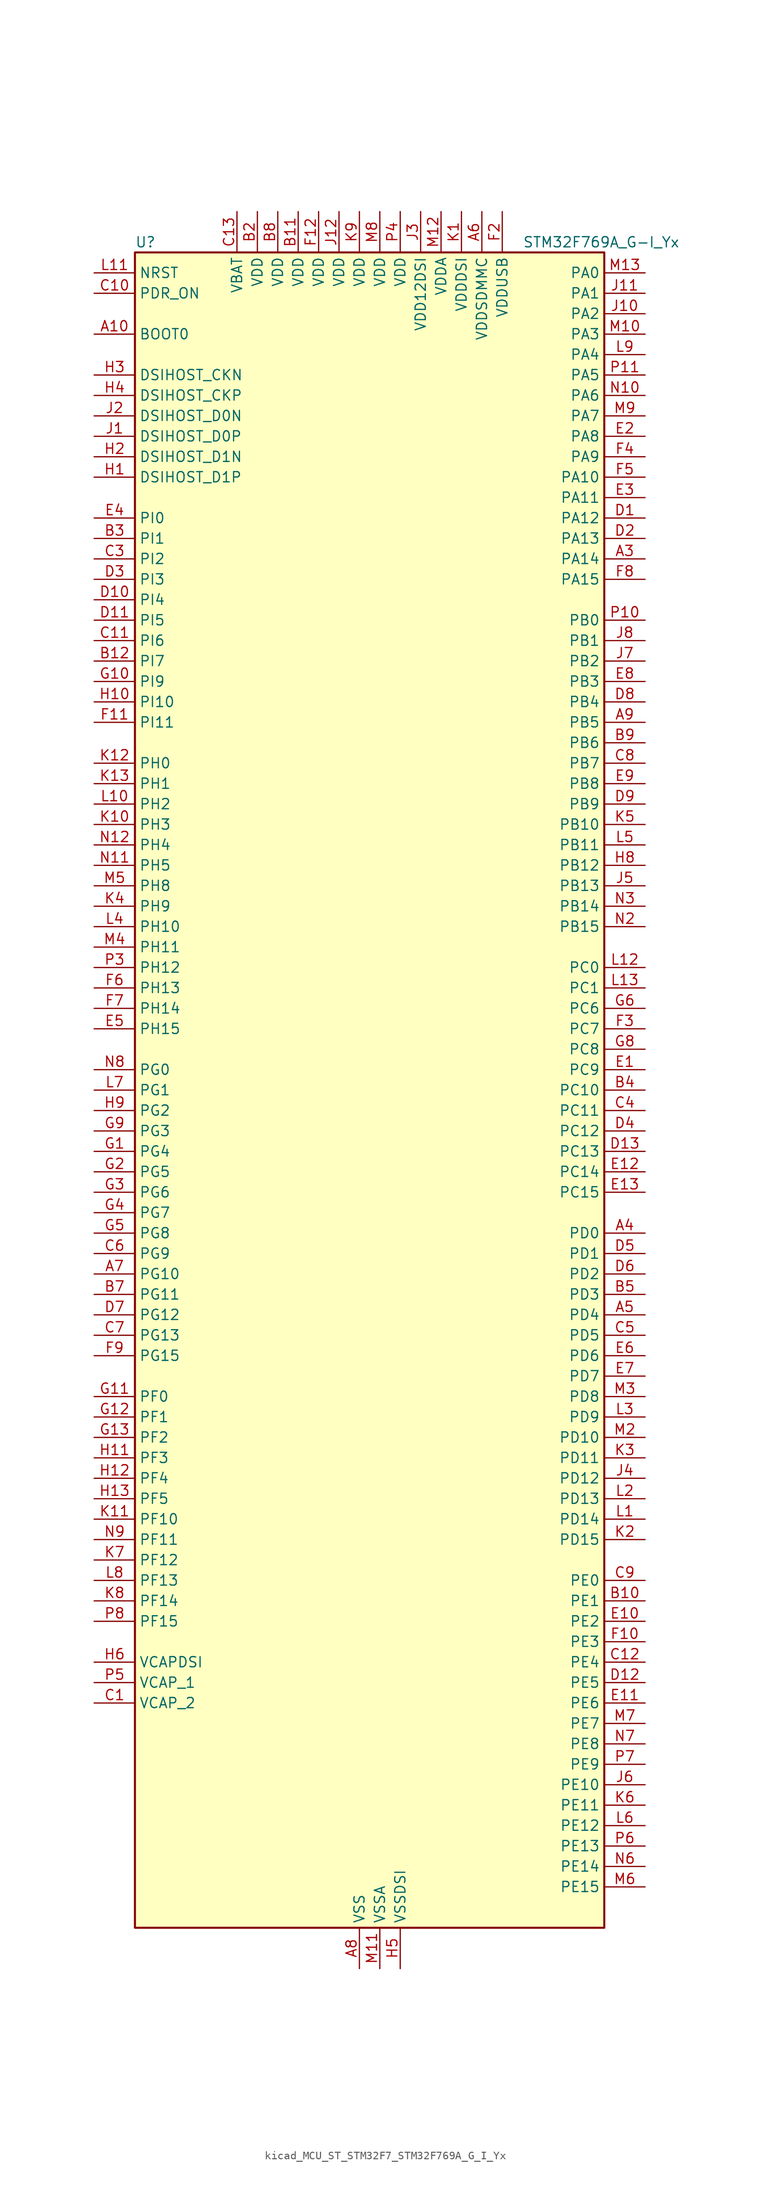
<source format=kicad_sym>
(kicad_symbol_lib
  (version 20220914)
  (generator kicad_symbol_editor)
  (symbol "kicad_MCU_ST_STM32F7_STM32F769A_G_I_Yx"
    (property "Reference" "U"
      (at -27.94 105.41 0)
      (effects (font (size 1.27 1.27)) (justify left)))
    (property "Value" "STM32F769A_G-I_Yx"
      (at 20.32 105.41 0)
      (effects (font (size 1.27 1.27)) (justify left)))
    (property "ki_locked" ""
      (at 0 0 0)
      (effects (font (size 1.27 1.27))))
    (symbol "kicad_MCU_ST_STM32F7_STM32F769A_G_I_Yx_0_1"
      (rectangle (start -27.94 -104.14) (end 30.48 104.14) (stroke (width 0.254) (type default)) (fill (type background))))
    (symbol "kicad_MCU_ST_STM32F7_STM32F769A_G_I_Yx_1_1"
      (pin no_connect line (at -27.94 -104.14 0) (length 5.08) hide (name "NC" (effects (font (size 1.27 1.27)))) (number "A1" (effects (font (size 1.27 1.27)))))
      (pin input line (at -33.02 93.98 0) (length 5.08) (name "BOOT0" (effects (font (size 1.27 1.27)))) (number "A10" (effects (font (size 1.27 1.27)))))
      (pin passive line (at 0 -109.22 90) (length 5.08) hide (name "VSS" (effects (font (size 1.27 1.27)))) (number "A11" (effects (font (size 1.27 1.27)))))
      (pin no_connect line (at -27.94 -99.06 0) (length 5.08) hide (name "NC" (effects (font (size 1.27 1.27)))) (number "A12" (effects (font (size 1.27 1.27)))))
      (pin no_connect line (at -27.94 -96.52 0) (length 5.08) hide (name "NC" (effects (font (size 1.27 1.27)))) (number "A13" (effects (font (size 1.27 1.27)))))
      (pin no_connect line (at -27.94 -101.6 0) (length 5.08) hide (name "NC" (effects (font (size 1.27 1.27)))) (number "A2" (effects (font (size 1.27 1.27)))))
      (pin bidirectional line (at 35.56 66.04 180) (length 5.08) (name "PA14" (effects (font (size 1.27 1.27)))) (number "A3" (effects (font (size 1.27 1.27)))) (alternate "SYS_JTCK-SWCLK" bidirectional line))
      (pin bidirectional line (at 35.56 -17.78 180) (length 5.08) (name "PD0" (effects (font (size 1.27 1.27)))) (number "A4" (effects (font (size 1.27 1.27)))) (alternate "CAN1_RX" bidirectional line) (alternate "DFSDM1_CKIN6" bidirectional line) (alternate "DFSDM1_DATIN7" bidirectional line) (alternate "FMC_D2" bidirectional line) (alternate "FMC_DA2" bidirectional line) (alternate "UART4_RX" bidirectional line))
      (pin bidirectional line (at 35.56 -27.94 180) (length 5.08) (name "PD4" (effects (font (size 1.27 1.27)))) (number "A5" (effects (font (size 1.27 1.27)))) (alternate "DFSDM1_CKIN0" bidirectional line) (alternate "FMC_NOE" bidirectional line) (alternate "USART2_DE" bidirectional line) (alternate "USART2_RTS" bidirectional line))
      (pin power_in line (at 15.24 109.22 270) (length 5.08) (name "VDDSDMMC" (effects (font (size 1.27 1.27)))) (number "A6" (effects (font (size 1.27 1.27)))))
      (pin bidirectional line (at -33.02 -22.86 0) (length 5.08) (name "PG10" (effects (font (size 1.27 1.27)))) (number "A7" (effects (font (size 1.27 1.27)))) (alternate "DCMI_D2" bidirectional line) (alternate "FMC_NE3" bidirectional line) (alternate "I2S1_WS" bidirectional line) (alternate "LTDC_B2" bidirectional line) (alternate "LTDC_G3" bidirectional line) (alternate "SAI2_SD_B" bidirectional line) (alternate "SDMMC2_D1" bidirectional line) (alternate "SPI1_NSS" bidirectional line))
      (pin power_in line (at 0 -109.22 90) (length 5.08) (name "VSS" (effects (font (size 1.27 1.27)))) (number "A8" (effects (font (size 1.27 1.27)))))
      (pin bidirectional line (at 35.56 45.72 180) (length 5.08) (name "PB5" (effects (font (size 1.27 1.27)))) (number "A9" (effects (font (size 1.27 1.27)))) (alternate "CAN2_RX" bidirectional line) (alternate "DCMI_D10" bidirectional line) (alternate "FMC_SDCKE1" bidirectional line) (alternate "I2C1_SMBA" bidirectional line) (alternate "I2S1_SD" bidirectional line) (alternate "I2S3_SD" bidirectional line) (alternate "LTDC_G7" bidirectional line) (alternate "SPI1_MOSI" bidirectional line) (alternate "SPI3_MOSI" bidirectional line) (alternate "SPI6_MOSI" bidirectional line) (alternate "TIM3_CH2" bidirectional line) (alternate "UART5_RX" bidirectional line) (alternate "USB_OTG_HS_ULPI_D7" bidirectional line))
      (pin no_connect line (at -27.94 -93.98 0) (length 5.08) hide (name "NC" (effects (font (size 1.27 1.27)))) (number "B1" (effects (font (size 1.27 1.27)))))
      (pin bidirectional line (at 35.56 -63.5 180) (length 5.08) (name "PE1" (effects (font (size 1.27 1.27)))) (number "B10" (effects (font (size 1.27 1.27)))) (alternate "DCMI_D3" bidirectional line) (alternate "FMC_NBL1" bidirectional line) (alternate "LPTIM1_IN2" bidirectional line) (alternate "UART8_TX" bidirectional line))
      (pin power_in line (at -7.62 109.22 270) (length 5.08) (name "VDD" (effects (font (size 1.27 1.27)))) (number "B11" (effects (font (size 1.27 1.27)))))
      (pin bidirectional line (at -33.02 53.34 0) (length 5.08) (name "PI7" (effects (font (size 1.27 1.27)))) (number "B12" (effects (font (size 1.27 1.27)))) (alternate "DCMI_D7" bidirectional line) (alternate "FMC_D29" bidirectional line) (alternate "LTDC_B7" bidirectional line) (alternate "SAI2_FS_A" bidirectional line) (alternate "TIM8_CH3" bidirectional line))
      (pin no_connect line (at -27.94 -91.44 0) (length 5.08) hide (name "NC" (effects (font (size 1.27 1.27)))) (number "B13" (effects (font (size 1.27 1.27)))))
      (pin power_in line (at -12.7 109.22 270) (length 5.08) (name "VDD" (effects (font (size 1.27 1.27)))) (number "B2" (effects (font (size 1.27 1.27)))))
      (pin bidirectional line (at -33.02 68.58 0) (length 5.08) (name "PI1" (effects (font (size 1.27 1.27)))) (number "B3" (effects (font (size 1.27 1.27)))) (alternate "DCMI_D8" bidirectional line) (alternate "FMC_D25" bidirectional line) (alternate "I2S2_CK" bidirectional line) (alternate "LTDC_G6" bidirectional line) (alternate "SPI2_SCK" bidirectional line) (alternate "TIM8_BKIN2" bidirectional line))
      (pin bidirectional line (at 35.56 0 180) (length 5.08) (name "PC10" (effects (font (size 1.27 1.27)))) (number "B4" (effects (font (size 1.27 1.27)))) (alternate "DCMI_D8" bidirectional line) (alternate "DFSDM1_CKIN5" bidirectional line) (alternate "I2S3_CK" bidirectional line) (alternate "LTDC_R2" bidirectional line) (alternate "QUADSPI_BK1_IO1" bidirectional line) (alternate "SDMMC1_D2" bidirectional line) (alternate "SPI3_SCK" bidirectional line) (alternate "UART4_TX" bidirectional line) (alternate "USART3_TX" bidirectional line))
      (pin bidirectional line (at 35.56 -25.4 180) (length 5.08) (name "PD3" (effects (font (size 1.27 1.27)))) (number "B5" (effects (font (size 1.27 1.27)))) (alternate "DCMI_D5" bidirectional line) (alternate "DFSDM1_CKOUT" bidirectional line) (alternate "DFSDM1_DATIN0" bidirectional line) (alternate "FMC_CLK" bidirectional line) (alternate "I2S2_CK" bidirectional line) (alternate "LTDC_G7" bidirectional line) (alternate "SPI2_SCK" bidirectional line) (alternate "USART2_CTS" bidirectional line))
      (pin passive line (at 0 -109.22 90) (length 5.08) hide (name "VSS" (effects (font (size 1.27 1.27)))) (number "B6" (effects (font (size 1.27 1.27)))))
      (pin bidirectional line (at -33.02 -25.4 0) (length 5.08) (name "PG11" (effects (font (size 1.27 1.27)))) (number "B7" (effects (font (size 1.27 1.27)))) (alternate "ADC1_EXTI11" bidirectional line) (alternate "ADC2_EXTI11" bidirectional line) (alternate "ADC3_EXTI11" bidirectional line) (alternate "DCMI_D3" bidirectional line) (alternate "I2S1_CK" bidirectional line) (alternate "LTDC_B3" bidirectional line) (alternate "SDMMC2_D2" bidirectional line) (alternate "SPDIFRX_IN0" bidirectional line) (alternate "SPI1_SCK" bidirectional line))
      (pin power_in line (at -10.16 109.22 270) (length 5.08) (name "VDD" (effects (font (size 1.27 1.27)))) (number "B8" (effects (font (size 1.27 1.27)))))
      (pin bidirectional line (at 35.56 43.18 180) (length 5.08) (name "PB6" (effects (font (size 1.27 1.27)))) (number "B9" (effects (font (size 1.27 1.27)))) (alternate "CAN2_TX" bidirectional line) (alternate "CEC" bidirectional line) (alternate "DCMI_D5" bidirectional line) (alternate "DFSDM1_DATIN5" bidirectional line) (alternate "FMC_SDNE1" bidirectional line) (alternate "I2C1_SCL" bidirectional line) (alternate "I2C4_SCL" bidirectional line) (alternate "QUADSPI_BK1_NCS" bidirectional line) (alternate "TIM4_CH1" bidirectional line) (alternate "UART5_TX" bidirectional line) (alternate "USART1_TX" bidirectional line))
      (pin power_out line (at -33.02 -76.2 0) (length 5.08) (name "VCAP_2" (effects (font (size 1.27 1.27)))) (number "C1" (effects (font (size 1.27 1.27)))))
      (pin input line (at -33.02 99.06 0) (length 5.08) (name "PDR_ON" (effects (font (size 1.27 1.27)))) (number "C10" (effects (font (size 1.27 1.27)))))
      (pin bidirectional line (at -33.02 55.88 0) (length 5.08) (name "PI6" (effects (font (size 1.27 1.27)))) (number "C11" (effects (font (size 1.27 1.27)))) (alternate "DCMI_D6" bidirectional line) (alternate "FMC_D28" bidirectional line) (alternate "LTDC_B6" bidirectional line) (alternate "SAI2_SD_A" bidirectional line) (alternate "TIM8_CH2" bidirectional line))
      (pin bidirectional line (at 35.56 -71.12 180) (length 5.08) (name "PE4" (effects (font (size 1.27 1.27)))) (number "C12" (effects (font (size 1.27 1.27)))) (alternate "DCMI_D4" bidirectional line) (alternate "DFSDM1_DATIN3" bidirectional line) (alternate "FMC_A20" bidirectional line) (alternate "LTDC_B0" bidirectional line) (alternate "SAI1_FS_A" bidirectional line) (alternate "SPI4_NSS" bidirectional line) (alternate "SYS_TRACED1" bidirectional line))
      (pin power_in line (at -15.24 109.22 270) (length 5.08) (name "VBAT" (effects (font (size 1.27 1.27)))) (number "C13" (effects (font (size 1.27 1.27)))))
      (pin passive line (at 0 -109.22 90) (length 5.08) hide (name "VSS" (effects (font (size 1.27 1.27)))) (number "C2" (effects (font (size 1.27 1.27)))))
      (pin bidirectional line (at -33.02 66.04 0) (length 5.08) (name "PI2" (effects (font (size 1.27 1.27)))) (number "C3" (effects (font (size 1.27 1.27)))) (alternate "DCMI_D9" bidirectional line) (alternate "FMC_D26" bidirectional line) (alternate "LTDC_G7" bidirectional line) (alternate "SPI2_MISO" bidirectional line) (alternate "TIM8_CH4" bidirectional line))
      (pin bidirectional line (at 35.56 -2.54 180) (length 5.08) (name "PC11" (effects (font (size 1.27 1.27)))) (number "C4" (effects (font (size 1.27 1.27)))) (alternate "ADC1_EXTI11" bidirectional line) (alternate "ADC2_EXTI11" bidirectional line) (alternate "ADC3_EXTI11" bidirectional line) (alternate "DCMI_D4" bidirectional line) (alternate "DFSDM1_DATIN5" bidirectional line) (alternate "QUADSPI_BK2_NCS" bidirectional line) (alternate "SDMMC1_D3" bidirectional line) (alternate "SPI3_MISO" bidirectional line) (alternate "UART4_RX" bidirectional line) (alternate "USART3_RX" bidirectional line))
      (pin bidirectional line (at 35.56 -30.48 180) (length 5.08) (name "PD5" (effects (font (size 1.27 1.27)))) (number "C5" (effects (font (size 1.27 1.27)))) (alternate "FMC_NWE" bidirectional line) (alternate "USART2_TX" bidirectional line))
      (pin bidirectional line (at -33.02 -20.32 0) (length 5.08) (name "PG9" (effects (font (size 1.27 1.27)))) (number "C6" (effects (font (size 1.27 1.27)))) (alternate "DAC_EXTI9" bidirectional line) (alternate "DCMI_VSYNC" bidirectional line) (alternate "FMC_NCE" bidirectional line) (alternate "FMC_NE2" bidirectional line) (alternate "QUADSPI_BK2_IO2" bidirectional line) (alternate "SAI2_FS_B" bidirectional line) (alternate "SDMMC2_D0" bidirectional line) (alternate "SPDIFRX_IN3" bidirectional line) (alternate "SPI1_MISO" bidirectional line) (alternate "USART6_RX" bidirectional line))
      (pin bidirectional line (at -33.02 -30.48 0) (length 5.08) (name "PG13" (effects (font (size 1.27 1.27)))) (number "C7" (effects (font (size 1.27 1.27)))) (alternate "FMC_A24" bidirectional line) (alternate "LPTIM1_OUT" bidirectional line) (alternate "LTDC_R0" bidirectional line) (alternate "SPI6_SCK" bidirectional line) (alternate "SYS_TRACED0" bidirectional line) (alternate "USART6_CTS" bidirectional line))
      (pin bidirectional line (at 35.56 40.64 180) (length 5.08) (name "PB7" (effects (font (size 1.27 1.27)))) (number "C8" (effects (font (size 1.27 1.27)))) (alternate "DCMI_VSYNC" bidirectional line) (alternate "DFSDM1_CKIN5" bidirectional line) (alternate "FMC_NL" bidirectional line) (alternate "I2C1_SDA" bidirectional line) (alternate "I2C4_SDA" bidirectional line) (alternate "TIM4_CH2" bidirectional line) (alternate "USART1_RX" bidirectional line))
      (pin bidirectional line (at 35.56 -60.96 180) (length 5.08) (name "PE0" (effects (font (size 1.27 1.27)))) (number "C9" (effects (font (size 1.27 1.27)))) (alternate "DCMI_D2" bidirectional line) (alternate "FMC_NBL0" bidirectional line) (alternate "LPTIM1_ETR" bidirectional line) (alternate "SAI2_MCLK_A" bidirectional line) (alternate "TIM4_ETR" bidirectional line) (alternate "UART8_RX" bidirectional line))
      (pin bidirectional line (at 35.56 71.12 180) (length 5.08) (name "PA12" (effects (font (size 1.27 1.27)))) (number "D1" (effects (font (size 1.27 1.27)))) (alternate "CAN1_TX" bidirectional line) (alternate "I2S2_CK" bidirectional line) (alternate "LTDC_R5" bidirectional line) (alternate "SAI2_FS_B" bidirectional line) (alternate "SPI2_SCK" bidirectional line) (alternate "TIM1_ETR" bidirectional line) (alternate "UART4_TX" bidirectional line) (alternate "USART1_DE" bidirectional line) (alternate "USART1_RTS" bidirectional line) (alternate "USB_OTG_FS_DP" bidirectional line))
      (pin bidirectional line (at -33.02 60.96 0) (length 5.08) (name "PI4" (effects (font (size 1.27 1.27)))) (number "D10" (effects (font (size 1.27 1.27)))) (alternate "DCMI_D5" bidirectional line) (alternate "FMC_NBL2" bidirectional line) (alternate "LTDC_B4" bidirectional line) (alternate "SAI2_MCLK_A" bidirectional line) (alternate "TIM8_BKIN" bidirectional line))
      (pin bidirectional line (at -33.02 58.42 0) (length 5.08) (name "PI5" (effects (font (size 1.27 1.27)))) (number "D11" (effects (font (size 1.27 1.27)))) (alternate "DCMI_VSYNC" bidirectional line) (alternate "FMC_NBL3" bidirectional line) (alternate "LTDC_B5" bidirectional line) (alternate "SAI2_SCK_A" bidirectional line) (alternate "TIM8_CH1" bidirectional line))
      (pin bidirectional line (at 35.56 -73.66 180) (length 5.08) (name "PE5" (effects (font (size 1.27 1.27)))) (number "D12" (effects (font (size 1.27 1.27)))) (alternate "DCMI_D6" bidirectional line) (alternate "DFSDM1_CKIN3" bidirectional line) (alternate "FMC_A21" bidirectional line) (alternate "LTDC_G0" bidirectional line) (alternate "SAI1_SCK_A" bidirectional line) (alternate "SPI4_MISO" bidirectional line) (alternate "SYS_TRACED2" bidirectional line) (alternate "TIM9_CH1" bidirectional line))
      (pin bidirectional line (at 35.56 -7.62 180) (length 5.08) (name "PC13" (effects (font (size 1.27 1.27)))) (number "D13" (effects (font (size 1.27 1.27)))) (alternate "RTC_OUT" bidirectional line) (alternate "RTC_TAMP1" bidirectional line) (alternate "RTC_TS" bidirectional line) (alternate "SYS_WKUP4" bidirectional line))
      (pin bidirectional line (at 35.56 68.58 180) (length 5.08) (name "PA13" (effects (font (size 1.27 1.27)))) (number "D2" (effects (font (size 1.27 1.27)))) (alternate "SYS_JTMS-SWDIO" bidirectional line))
      (pin bidirectional line (at -33.02 63.5 0) (length 5.08) (name "PI3" (effects (font (size 1.27 1.27)))) (number "D3" (effects (font (size 1.27 1.27)))) (alternate "DCMI_D10" bidirectional line) (alternate "FMC_D27" bidirectional line) (alternate "I2S2_SD" bidirectional line) (alternate "SPI2_MOSI" bidirectional line) (alternate "TIM8_ETR" bidirectional line))
      (pin bidirectional line (at 35.56 -5.08 180) (length 5.08) (name "PC12" (effects (font (size 1.27 1.27)))) (number "D4" (effects (font (size 1.27 1.27)))) (alternate "DCMI_D9" bidirectional line) (alternate "I2S3_SD" bidirectional line) (alternate "SDMMC1_CK" bidirectional line) (alternate "SPI3_MOSI" bidirectional line) (alternate "SYS_TRACED3" bidirectional line) (alternate "UART5_TX" bidirectional line) (alternate "USART3_CK" bidirectional line))
      (pin bidirectional line (at 35.56 -20.32 180) (length 5.08) (name "PD1" (effects (font (size 1.27 1.27)))) (number "D5" (effects (font (size 1.27 1.27)))) (alternate "CAN1_TX" bidirectional line) (alternate "DFSDM1_CKIN7" bidirectional line) (alternate "DFSDM1_DATIN6" bidirectional line) (alternate "FMC_D3" bidirectional line) (alternate "FMC_DA3" bidirectional line) (alternate "UART4_TX" bidirectional line))
      (pin bidirectional line (at 35.56 -22.86 180) (length 5.08) (name "PD2" (effects (font (size 1.27 1.27)))) (number "D6" (effects (font (size 1.27 1.27)))) (alternate "DCMI_D11" bidirectional line) (alternate "SDMMC1_CMD" bidirectional line) (alternate "SYS_TRACED2" bidirectional line) (alternate "TIM3_ETR" bidirectional line) (alternate "UART5_RX" bidirectional line))
      (pin bidirectional line (at -33.02 -27.94 0) (length 5.08) (name "PG12" (effects (font (size 1.27 1.27)))) (number "D7" (effects (font (size 1.27 1.27)))) (alternate "FMC_NE4" bidirectional line) (alternate "LPTIM1_IN1" bidirectional line) (alternate "LTDC_B1" bidirectional line) (alternate "LTDC_B4" bidirectional line) (alternate "SDMMC2_D3" bidirectional line) (alternate "SPDIFRX_IN1" bidirectional line) (alternate "SPI6_MISO" bidirectional line) (alternate "USART6_DE" bidirectional line) (alternate "USART6_RTS" bidirectional line))
      (pin bidirectional line (at 35.56 48.26 180) (length 5.08) (name "PB4" (effects (font (size 1.27 1.27)))) (number "D8" (effects (font (size 1.27 1.27)))) (alternate "CAN3_TX" bidirectional line) (alternate "I2S2_WS" bidirectional line) (alternate "SDMMC2_D3" bidirectional line) (alternate "SPI1_MISO" bidirectional line) (alternate "SPI2_NSS" bidirectional line) (alternate "SPI3_MISO" bidirectional line) (alternate "SPI6_MISO" bidirectional line) (alternate "SYS_JTRST" bidirectional line) (alternate "TIM3_CH1" bidirectional line) (alternate "UART7_TX" bidirectional line))
      (pin bidirectional line (at 35.56 35.56 180) (length 5.08) (name "PB9" (effects (font (size 1.27 1.27)))) (number "D9" (effects (font (size 1.27 1.27)))) (alternate "CAN1_TX" bidirectional line) (alternate "DAC_EXTI9" bidirectional line) (alternate "DCMI_D7" bidirectional line) (alternate "DFSDM1_DATIN7" bidirectional line) (alternate "I2C1_SDA" bidirectional line) (alternate "I2C4_SDA" bidirectional line) (alternate "I2C4_SMBA" bidirectional line) (alternate "I2S2_WS" bidirectional line) (alternate "LTDC_B7" bidirectional line) (alternate "SDMMC1_D5" bidirectional line) (alternate "SDMMC2_D5" bidirectional line) (alternate "SPI2_NSS" bidirectional line) (alternate "TIM11_CH1" bidirectional line) (alternate "TIM4_CH4" bidirectional line) (alternate "UART5_TX" bidirectional line))
      (pin bidirectional line (at 35.56 2.54 180) (length 5.08) (name "PC9" (effects (font (size 1.27 1.27)))) (number "E1" (effects (font (size 1.27 1.27)))) (alternate "DAC_EXTI9" bidirectional line) (alternate "DCMI_D3" bidirectional line) (alternate "I2C3_SDA" bidirectional line) (alternate "I2S_CKIN" bidirectional line) (alternate "LTDC_B2" bidirectional line) (alternate "LTDC_G3" bidirectional line) (alternate "QUADSPI_BK1_IO0" bidirectional line) (alternate "RCC_MCO_2" bidirectional line) (alternate "SDMMC1_D1" bidirectional line) (alternate "TIM3_CH4" bidirectional line) (alternate "TIM8_CH4" bidirectional line) (alternate "UART5_CTS" bidirectional line))
      (pin bidirectional line (at 35.56 -66.04 180) (length 5.08) (name "PE2" (effects (font (size 1.27 1.27)))) (number "E10" (effects (font (size 1.27 1.27)))) (alternate "FMC_A23" bidirectional line) (alternate "QUADSPI_BK1_IO2" bidirectional line) (alternate "SAI1_MCLK_A" bidirectional line) (alternate "SPI4_SCK" bidirectional line) (alternate "SYS_TRACECLK" bidirectional line))
      (pin bidirectional line (at 35.56 -76.2 180) (length 5.08) (name "PE6" (effects (font (size 1.27 1.27)))) (number "E11" (effects (font (size 1.27 1.27)))) (alternate "DCMI_D7" bidirectional line) (alternate "FMC_A22" bidirectional line) (alternate "LTDC_G1" bidirectional line) (alternate "SAI1_SD_A" bidirectional line) (alternate "SAI2_MCLK_B" bidirectional line) (alternate "SPI4_MOSI" bidirectional line) (alternate "SYS_TRACED3" bidirectional line) (alternate "TIM1_BKIN2" bidirectional line) (alternate "TIM9_CH2" bidirectional line))
      (pin bidirectional line (at 35.56 -10.16 180) (length 5.08) (name "PC14" (effects (font (size 1.27 1.27)))) (number "E12" (effects (font (size 1.27 1.27)))) (alternate "RCC_OSC32_IN" bidirectional line))
      (pin bidirectional line (at 35.56 -12.7 180) (length 5.08) (name "PC15" (effects (font (size 1.27 1.27)))) (number "E13" (effects (font (size 1.27 1.27)))) (alternate "RCC_OSC32_OUT" bidirectional line))
      (pin bidirectional line (at 35.56 81.28 180) (length 5.08) (name "PA8" (effects (font (size 1.27 1.27)))) (number "E2" (effects (font (size 1.27 1.27)))) (alternate "CAN3_RX" bidirectional line) (alternate "I2C3_SCL" bidirectional line) (alternate "LTDC_B3" bidirectional line) (alternate "LTDC_R6" bidirectional line) (alternate "RCC_MCO_1" bidirectional line) (alternate "TIM1_CH1" bidirectional line) (alternate "TIM8_BKIN2" bidirectional line) (alternate "UART7_RX" bidirectional line) (alternate "USART1_CK" bidirectional line) (alternate "USB_OTG_FS_SOF" bidirectional line))
      (pin bidirectional line (at 35.56 73.66 180) (length 5.08) (name "PA11" (effects (font (size 1.27 1.27)))) (number "E3" (effects (font (size 1.27 1.27)))) (alternate "ADC1_EXTI11" bidirectional line) (alternate "ADC2_EXTI11" bidirectional line) (alternate "ADC3_EXTI11" bidirectional line) (alternate "CAN1_RX" bidirectional line) (alternate "I2S2_WS" bidirectional line) (alternate "LTDC_R4" bidirectional line) (alternate "SPI2_NSS" bidirectional line) (alternate "TIM1_CH4" bidirectional line) (alternate "UART4_RX" bidirectional line) (alternate "USART1_CTS" bidirectional line) (alternate "USB_OTG_FS_DM" bidirectional line))
      (pin bidirectional line (at -33.02 71.12 0) (length 5.08) (name "PI0" (effects (font (size 1.27 1.27)))) (number "E4" (effects (font (size 1.27 1.27)))) (alternate "DCMI_D13" bidirectional line) (alternate "FMC_D24" bidirectional line) (alternate "I2S2_WS" bidirectional line) (alternate "LTDC_G5" bidirectional line) (alternate "SPI2_NSS" bidirectional line) (alternate "TIM5_CH4" bidirectional line))
      (pin bidirectional line (at -33.02 7.62 0) (length 5.08) (name "PH15" (effects (font (size 1.27 1.27)))) (number "E5" (effects (font (size 1.27 1.27)))) (alternate "DCMI_D11" bidirectional line) (alternate "FMC_D23" bidirectional line) (alternate "LTDC_G4" bidirectional line) (alternate "TIM8_CH3N" bidirectional line))
      (pin bidirectional line (at 35.56 -33.02 180) (length 5.08) (name "PD6" (effects (font (size 1.27 1.27)))) (number "E6" (effects (font (size 1.27 1.27)))) (alternate "DCMI_D10" bidirectional line) (alternate "DFSDM1_CKIN4" bidirectional line) (alternate "DFSDM1_DATIN1" bidirectional line) (alternate "FMC_NWAIT" bidirectional line) (alternate "I2S3_SD" bidirectional line) (alternate "LTDC_B2" bidirectional line) (alternate "SAI1_SD_A" bidirectional line) (alternate "SDMMC2_CK" bidirectional line) (alternate "SPI3_MOSI" bidirectional line) (alternate "USART2_RX" bidirectional line))
      (pin bidirectional line (at 35.56 -35.56 180) (length 5.08) (name "PD7" (effects (font (size 1.27 1.27)))) (number "E7" (effects (font (size 1.27 1.27)))) (alternate "DFSDM1_CKIN1" bidirectional line) (alternate "DFSDM1_DATIN4" bidirectional line) (alternate "FMC_NE1" bidirectional line) (alternate "I2S1_SD" bidirectional line) (alternate "SDMMC2_CMD" bidirectional line) (alternate "SPDIFRX_IN0" bidirectional line) (alternate "SPI1_MOSI" bidirectional line) (alternate "USART2_CK" bidirectional line))
      (pin bidirectional line (at 35.56 50.8 180) (length 5.08) (name "PB3" (effects (font (size 1.27 1.27)))) (number "E8" (effects (font (size 1.27 1.27)))) (alternate "CAN3_RX" bidirectional line) (alternate "I2S1_CK" bidirectional line) (alternate "I2S3_CK" bidirectional line) (alternate "SDMMC2_D2" bidirectional line) (alternate "SPI1_SCK" bidirectional line) (alternate "SPI3_SCK" bidirectional line) (alternate "SPI6_SCK" bidirectional line) (alternate "SYS_JTDO-SWO" bidirectional line) (alternate "TIM2_CH2" bidirectional line) (alternate "UART7_RX" bidirectional line))
      (pin bidirectional line (at 35.56 38.1 180) (length 5.08) (name "PB8" (effects (font (size 1.27 1.27)))) (number "E9" (effects (font (size 1.27 1.27)))) (alternate "CAN1_RX" bidirectional line) (alternate "DCMI_D6" bidirectional line) (alternate "DFSDM1_CKIN7" bidirectional line) (alternate "I2C1_SCL" bidirectional line) (alternate "I2C4_SCL" bidirectional line) (alternate "LTDC_B6" bidirectional line) (alternate "SDMMC1_D4" bidirectional line) (alternate "SDMMC2_D4" bidirectional line) (alternate "TIM10_CH1" bidirectional line) (alternate "TIM4_CH3" bidirectional line) (alternate "UART5_RX" bidirectional line))
      (pin passive line (at 0 -109.22 90) (length 5.08) hide (name "VSS" (effects (font (size 1.27 1.27)))) (number "F1" (effects (font (size 1.27 1.27)))))
      (pin bidirectional line (at 35.56 -68.58 180) (length 5.08) (name "PE3" (effects (font (size 1.27 1.27)))) (number "F10" (effects (font (size 1.27 1.27)))) (alternate "FMC_A19" bidirectional line) (alternate "SAI1_SD_B" bidirectional line) (alternate "SYS_TRACED0" bidirectional line))
      (pin bidirectional line (at -33.02 45.72 0) (length 5.08) (name "PI11" (effects (font (size 1.27 1.27)))) (number "F11" (effects (font (size 1.27 1.27)))) (alternate "ADC1_EXTI11" bidirectional line) (alternate "ADC2_EXTI11" bidirectional line) (alternate "ADC3_EXTI11" bidirectional line) (alternate "LTDC_G6" bidirectional line) (alternate "SYS_WKUP6" bidirectional line) (alternate "USB_OTG_HS_ULPI_DIR" bidirectional line))
      (pin power_in line (at -5.08 109.22 270) (length 5.08) (name "VDD" (effects (font (size 1.27 1.27)))) (number "F12" (effects (font (size 1.27 1.27)))))
      (pin passive line (at 0 -109.22 90) (length 5.08) hide (name "VSS" (effects (font (size 1.27 1.27)))) (number "F13" (effects (font (size 1.27 1.27)))))
      (pin power_in line (at 17.78 109.22 270) (length 5.08) (name "VDDUSB" (effects (font (size 1.27 1.27)))) (number "F2" (effects (font (size 1.27 1.27)))))
      (pin bidirectional line (at 35.56 7.62 180) (length 5.08) (name "PC7" (effects (font (size 1.27 1.27)))) (number "F3" (effects (font (size 1.27 1.27)))) (alternate "DCMI_D1" bidirectional line) (alternate "DFSDM1_DATIN3" bidirectional line) (alternate "FMC_NE1" bidirectional line) (alternate "I2S3_MCK" bidirectional line) (alternate "LTDC_G6" bidirectional line) (alternate "SDMMC1_D7" bidirectional line) (alternate "SDMMC2_D7" bidirectional line) (alternate "TIM3_CH2" bidirectional line) (alternate "TIM8_CH2" bidirectional line) (alternate "USART6_RX" bidirectional line))
      (pin bidirectional line (at 35.56 78.74 180) (length 5.08) (name "PA9" (effects (font (size 1.27 1.27)))) (number "F4" (effects (font (size 1.27 1.27)))) (alternate "DAC_EXTI9" bidirectional line) (alternate "DCMI_D0" bidirectional line) (alternate "I2C3_SMBA" bidirectional line) (alternate "I2S2_CK" bidirectional line) (alternate "LTDC_R5" bidirectional line) (alternate "SPI2_SCK" bidirectional line) (alternate "TIM1_CH2" bidirectional line) (alternate "USART1_TX" bidirectional line) (alternate "USB_OTG_FS_VBUS" bidirectional line))
      (pin bidirectional line (at 35.56 76.2 180) (length 5.08) (name "PA10" (effects (font (size 1.27 1.27)))) (number "F5" (effects (font (size 1.27 1.27)))) (alternate "DCMI_D1" bidirectional line) (alternate "LTDC_B1" bidirectional line) (alternate "LTDC_B4" bidirectional line) (alternate "MDIOS_MDIO" bidirectional line) (alternate "TIM1_CH3" bidirectional line) (alternate "USART1_RX" bidirectional line) (alternate "USB_OTG_FS_ID" bidirectional line))
      (pin bidirectional line (at -33.02 12.7 0) (length 5.08) (name "PH13" (effects (font (size 1.27 1.27)))) (number "F6" (effects (font (size 1.27 1.27)))) (alternate "CAN1_TX" bidirectional line) (alternate "FMC_D21" bidirectional line) (alternate "LTDC_G2" bidirectional line) (alternate "TIM8_CH1N" bidirectional line) (alternate "UART4_TX" bidirectional line))
      (pin bidirectional line (at -33.02 10.16 0) (length 5.08) (name "PH14" (effects (font (size 1.27 1.27)))) (number "F7" (effects (font (size 1.27 1.27)))) (alternate "CAN1_RX" bidirectional line) (alternate "DCMI_D4" bidirectional line) (alternate "FMC_D22" bidirectional line) (alternate "LTDC_G3" bidirectional line) (alternate "TIM8_CH2N" bidirectional line) (alternate "UART4_RX" bidirectional line))
      (pin bidirectional line (at 35.56 63.5 180) (length 5.08) (name "PA15" (effects (font (size 1.27 1.27)))) (number "F8" (effects (font (size 1.27 1.27)))) (alternate "CAN3_TX" bidirectional line) (alternate "CEC" bidirectional line) (alternate "I2S1_WS" bidirectional line) (alternate "I2S3_WS" bidirectional line) (alternate "SPI1_NSS" bidirectional line) (alternate "SPI3_NSS" bidirectional line) (alternate "SPI6_NSS" bidirectional line) (alternate "SYS_JTDI" bidirectional line) (alternate "TIM2_CH1" bidirectional line) (alternate "TIM2_ETR" bidirectional line) (alternate "UART4_DE" bidirectional line) (alternate "UART4_RTS" bidirectional line) (alternate "UART7_TX" bidirectional line))
      (pin bidirectional line (at -33.02 -33.02 0) (length 5.08) (name "PG15" (effects (font (size 1.27 1.27)))) (number "F9" (effects (font (size 1.27 1.27)))) (alternate "DCMI_D13" bidirectional line) (alternate "FMC_SDNCAS" bidirectional line) (alternate "USART6_CTS" bidirectional line))
      (pin bidirectional line (at -33.02 -7.62 0) (length 5.08) (name "PG4" (effects (font (size 1.27 1.27)))) (number "G1" (effects (font (size 1.27 1.27)))) (alternate "FMC_A14" bidirectional line) (alternate "FMC_BA0" bidirectional line))
      (pin bidirectional line (at -33.02 50.8 0) (length 5.08) (name "PI9" (effects (font (size 1.27 1.27)))) (number "G10" (effects (font (size 1.27 1.27)))) (alternate "CAN1_RX" bidirectional line) (alternate "DAC_EXTI9" bidirectional line) (alternate "FMC_D30" bidirectional line) (alternate "LTDC_VSYNC" bidirectional line) (alternate "UART4_RX" bidirectional line))
      (pin bidirectional line (at -33.02 -38.1 0) (length 5.08) (name "PF0" (effects (font (size 1.27 1.27)))) (number "G11" (effects (font (size 1.27 1.27)))) (alternate "FMC_A0" bidirectional line) (alternate "I2C2_SDA" bidirectional line))
      (pin bidirectional line (at -33.02 -40.64 0) (length 5.08) (name "PF1" (effects (font (size 1.27 1.27)))) (number "G12" (effects (font (size 1.27 1.27)))) (alternate "FMC_A1" bidirectional line) (alternate "I2C2_SCL" bidirectional line))
      (pin bidirectional line (at -33.02 -43.18 0) (length 5.08) (name "PF2" (effects (font (size 1.27 1.27)))) (number "G13" (effects (font (size 1.27 1.27)))) (alternate "FMC_A2" bidirectional line) (alternate "I2C2_SMBA" bidirectional line))
      (pin bidirectional line (at -33.02 -10.16 0) (length 5.08) (name "PG5" (effects (font (size 1.27 1.27)))) (number "G2" (effects (font (size 1.27 1.27)))) (alternate "FMC_A15" bidirectional line) (alternate "FMC_BA1" bidirectional line))
      (pin bidirectional line (at -33.02 -12.7 0) (length 5.08) (name "PG6" (effects (font (size 1.27 1.27)))) (number "G3" (effects (font (size 1.27 1.27)))) (alternate "DCMI_D12" bidirectional line) (alternate "FMC_NE3" bidirectional line) (alternate "LTDC_R7" bidirectional line))
      (pin bidirectional line (at -33.02 -15.24 0) (length 5.08) (name "PG7" (effects (font (size 1.27 1.27)))) (number "G4" (effects (font (size 1.27 1.27)))) (alternate "DCMI_D13" bidirectional line) (alternate "FMC_INT" bidirectional line) (alternate "LTDC_CLK" bidirectional line) (alternate "SAI1_MCLK_A" bidirectional line) (alternate "USART6_CK" bidirectional line))
      (pin bidirectional line (at -33.02 -17.78 0) (length 5.08) (name "PG8" (effects (font (size 1.27 1.27)))) (number "G5" (effects (font (size 1.27 1.27)))) (alternate "FMC_SDCLK" bidirectional line) (alternate "LTDC_G7" bidirectional line) (alternate "SPDIFRX_IN2" bidirectional line) (alternate "SPI6_NSS" bidirectional line) (alternate "USART6_DE" bidirectional line) (alternate "USART6_RTS" bidirectional line))
      (pin bidirectional line (at 35.56 10.16 180) (length 5.08) (name "PC6" (effects (font (size 1.27 1.27)))) (number "G6" (effects (font (size 1.27 1.27)))) (alternate "DCMI_D0" bidirectional line) (alternate "DFSDM1_CKIN3" bidirectional line) (alternate "FMC_NWAIT" bidirectional line) (alternate "I2S2_MCK" bidirectional line) (alternate "LTDC_HSYNC" bidirectional line) (alternate "SDMMC1_D6" bidirectional line) (alternate "SDMMC2_D6" bidirectional line) (alternate "TIM3_CH1" bidirectional line) (alternate "TIM8_CH1" bidirectional line) (alternate "USART6_TX" bidirectional line))
      (pin bidirectional line (at 35.56 5.08 180) (length 5.08) (name "PC8" (effects (font (size 1.27 1.27)))) (number "G8" (effects (font (size 1.27 1.27)))) (alternate "DCMI_D2" bidirectional line) (alternate "FMC_NCE" bidirectional line) (alternate "FMC_NE2" bidirectional line) (alternate "SDMMC1_D0" bidirectional line) (alternate "SYS_TRACED1" bidirectional line) (alternate "TIM3_CH3" bidirectional line) (alternate "TIM8_CH3" bidirectional line) (alternate "UART5_DE" bidirectional line) (alternate "UART5_RTS" bidirectional line) (alternate "USART6_CK" bidirectional line))
      (pin bidirectional line (at -33.02 -5.08 0) (length 5.08) (name "PG3" (effects (font (size 1.27 1.27)))) (number "G9" (effects (font (size 1.27 1.27)))) (alternate "FMC_A13" bidirectional line))
      (pin bidirectional line (at -33.02 76.2 0) (length 5.08) (name "DSIHOST_D1P" (effects (font (size 1.27 1.27)))) (number "H1" (effects (font (size 1.27 1.27)))) (alternate "DSIHOST_D1P" bidirectional line))
      (pin bidirectional line (at -33.02 48.26 0) (length 5.08) (name "PI10" (effects (font (size 1.27 1.27)))) (number "H10" (effects (font (size 1.27 1.27)))) (alternate "FMC_D31" bidirectional line) (alternate "LTDC_HSYNC" bidirectional line))
      (pin bidirectional line (at -33.02 -45.72 0) (length 5.08) (name "PF3" (effects (font (size 1.27 1.27)))) (number "H11" (effects (font (size 1.27 1.27)))) (alternate "ADC3_IN9" bidirectional line) (alternate "FMC_A3" bidirectional line))
      (pin bidirectional line (at -33.02 -48.26 0) (length 5.08) (name "PF4" (effects (font (size 1.27 1.27)))) (number "H12" (effects (font (size 1.27 1.27)))) (alternate "ADC3_IN14" bidirectional line) (alternate "FMC_A4" bidirectional line))
      (pin bidirectional line (at -33.02 -50.8 0) (length 5.08) (name "PF5" (effects (font (size 1.27 1.27)))) (number "H13" (effects (font (size 1.27 1.27)))) (alternate "ADC3_IN15" bidirectional line) (alternate "FMC_A5" bidirectional line))
      (pin bidirectional line (at -33.02 78.74 0) (length 5.08) (name "DSIHOST_D1N" (effects (font (size 1.27 1.27)))) (number "H2" (effects (font (size 1.27 1.27)))) (alternate "DSIHOST_D1N" bidirectional line))
      (pin bidirectional line (at -33.02 88.9 0) (length 5.08) (name "DSIHOST_CKN" (effects (font (size 1.27 1.27)))) (number "H3" (effects (font (size 1.27 1.27)))) (alternate "DSIHOST_CKN" bidirectional line))
      (pin bidirectional line (at -33.02 86.36 0) (length 5.08) (name "DSIHOST_CKP" (effects (font (size 1.27 1.27)))) (number "H4" (effects (font (size 1.27 1.27)))) (alternate "DSIHOST_CKP" bidirectional line))
      (pin power_in line (at 5.08 -109.22 90) (length 5.08) (name "VSSDSI" (effects (font (size 1.27 1.27)))) (number "H5" (effects (font (size 1.27 1.27)))))
      (pin power_out line (at -33.02 -71.12 0) (length 5.08) (name "VCAPDSI" (effects (font (size 1.27 1.27)))) (number "H6" (effects (font (size 1.27 1.27)))))
      (pin bidirectional line (at 35.56 27.94 180) (length 5.08) (name "PB12" (effects (font (size 1.27 1.27)))) (number "H8" (effects (font (size 1.27 1.27)))) (alternate "CAN2_RX" bidirectional line) (alternate "DFSDM1_DATIN1" bidirectional line) (alternate "I2C2_SMBA" bidirectional line) (alternate "I2S2_WS" bidirectional line) (alternate "SPI2_NSS" bidirectional line) (alternate "TIM1_BKIN" bidirectional line) (alternate "UART5_RX" bidirectional line) (alternate "USART3_CK" bidirectional line) (alternate "USB_OTG_HS_ID" bidirectional line) (alternate "USB_OTG_HS_ULPI_D5" bidirectional line))
      (pin bidirectional line (at -33.02 -2.54 0) (length 5.08) (name "PG2" (effects (font (size 1.27 1.27)))) (number "H9" (effects (font (size 1.27 1.27)))) (alternate "FMC_A12" bidirectional line))
      (pin bidirectional line (at -33.02 81.28 0) (length 5.08) (name "DSIHOST_D0P" (effects (font (size 1.27 1.27)))) (number "J1" (effects (font (size 1.27 1.27)))) (alternate "DSIHOST_D0P" bidirectional line))
      (pin bidirectional line (at 35.56 96.52 180) (length 5.08) (name "PA2" (effects (font (size 1.27 1.27)))) (number "J10" (effects (font (size 1.27 1.27)))) (alternate "ADC1_IN2" bidirectional line) (alternate "ADC2_IN2" bidirectional line) (alternate "ADC3_IN2" bidirectional line) (alternate "LTDC_R1" bidirectional line) (alternate "MDIOS_MDIO" bidirectional line) (alternate "SAI2_SCK_B" bidirectional line) (alternate "SYS_WKUP2" bidirectional line) (alternate "TIM2_CH3" bidirectional line) (alternate "TIM5_CH3" bidirectional line) (alternate "TIM9_CH1" bidirectional line) (alternate "USART2_TX" bidirectional line))
      (pin bidirectional line (at 35.56 99.06 180) (length 5.08) (name "PA1" (effects (font (size 1.27 1.27)))) (number "J11" (effects (font (size 1.27 1.27)))) (alternate "ADC1_IN1" bidirectional line) (alternate "ADC2_IN1" bidirectional line) (alternate "ADC3_IN1" bidirectional line) (alternate "LTDC_R2" bidirectional line) (alternate "QUADSPI_BK1_IO3" bidirectional line) (alternate "SAI2_MCLK_B" bidirectional line) (alternate "TIM2_CH2" bidirectional line) (alternate "TIM5_CH2" bidirectional line) (alternate "UART4_RX" bidirectional line) (alternate "USART2_DE" bidirectional line) (alternate "USART2_RTS" bidirectional line))
      (pin power_in line (at -2.54 109.22 270) (length 5.08) (name "VDD" (effects (font (size 1.27 1.27)))) (number "J12" (effects (font (size 1.27 1.27)))))
      (pin passive line (at 0 -109.22 90) (length 5.08) hide (name "VSS" (effects (font (size 1.27 1.27)))) (number "J13" (effects (font (size 1.27 1.27)))))
      (pin bidirectional line (at -33.02 83.82 0) (length 5.08) (name "DSIHOST_D0N" (effects (font (size 1.27 1.27)))) (number "J2" (effects (font (size 1.27 1.27)))) (alternate "DSIHOST_D0N" bidirectional line))
      (pin power_in line (at 7.62 109.22 270) (length 5.08) (name "VDD12DSI" (effects (font (size 1.27 1.27)))) (number "J3" (effects (font (size 1.27 1.27)))))
      (pin bidirectional line (at 35.56 -48.26 180) (length 5.08) (name "PD12" (effects (font (size 1.27 1.27)))) (number "J4" (effects (font (size 1.27 1.27)))) (alternate "FMC_A17" bidirectional line) (alternate "FMC_ALE" bidirectional line) (alternate "I2C4_SCL" bidirectional line) (alternate "LPTIM1_IN1" bidirectional line) (alternate "QUADSPI_BK1_IO1" bidirectional line) (alternate "SAI2_FS_A" bidirectional line) (alternate "TIM4_CH1" bidirectional line) (alternate "USART3_DE" bidirectional line) (alternate "USART3_RTS" bidirectional line))
      (pin bidirectional line (at 35.56 25.4 180) (length 5.08) (name "PB13" (effects (font (size 1.27 1.27)))) (number "J5" (effects (font (size 1.27 1.27)))) (alternate "CAN2_TX" bidirectional line) (alternate "DFSDM1_CKIN1" bidirectional line) (alternate "I2S2_CK" bidirectional line) (alternate "SPI2_SCK" bidirectional line) (alternate "TIM1_CH1N" bidirectional line) (alternate "UART5_TX" bidirectional line) (alternate "USART3_CTS" bidirectional line) (alternate "USB_OTG_HS_ULPI_D6" bidirectional line) (alternate "USB_OTG_HS_VBUS" bidirectional line))
      (pin bidirectional line (at 35.56 -86.36 180) (length 5.08) (name "PE10" (effects (font (size 1.27 1.27)))) (number "J6" (effects (font (size 1.27 1.27)))) (alternate "DFSDM1_DATIN4" bidirectional line) (alternate "FMC_D7" bidirectional line) (alternate "FMC_DA7" bidirectional line) (alternate "QUADSPI_BK2_IO3" bidirectional line) (alternate "TIM1_CH2N" bidirectional line) (alternate "UART7_CTS" bidirectional line))
      (pin bidirectional line (at 35.56 53.34 180) (length 5.08) (name "PB2" (effects (font (size 1.27 1.27)))) (number "J7" (effects (font (size 1.27 1.27)))) (alternate "DFSDM1_CKIN1" bidirectional line) (alternate "I2S3_SD" bidirectional line) (alternate "QUADSPI_CLK" bidirectional line) (alternate "SAI1_SD_A" bidirectional line) (alternate "SPI3_MOSI" bidirectional line))
      (pin bidirectional line (at 35.56 55.88 180) (length 5.08) (name "PB1" (effects (font (size 1.27 1.27)))) (number "J8" (effects (font (size 1.27 1.27)))) (alternate "ADC1_IN9" bidirectional line) (alternate "ADC2_IN9" bidirectional line) (alternate "DFSDM1_DATIN1" bidirectional line) (alternate "LTDC_G0" bidirectional line) (alternate "LTDC_R6" bidirectional line) (alternate "TIM1_CH3N" bidirectional line) (alternate "TIM3_CH4" bidirectional line) (alternate "TIM8_CH3N" bidirectional line) (alternate "USB_OTG_HS_ULPI_D2" bidirectional line))
      (pin passive line (at 0 -109.22 90) (length 5.08) hide (name "VSS" (effects (font (size 1.27 1.27)))) (number "J9" (effects (font (size 1.27 1.27)))))
      (pin power_in line (at 12.7 109.22 270) (length 5.08) (name "VDDDSI" (effects (font (size 1.27 1.27)))) (number "K1" (effects (font (size 1.27 1.27)))))
      (pin bidirectional line (at -33.02 33.02 0) (length 5.08) (name "PH3" (effects (font (size 1.27 1.27)))) (number "K10" (effects (font (size 1.27 1.27)))) (alternate "FMC_SDNE0" bidirectional line) (alternate "LTDC_R1" bidirectional line) (alternate "QUADSPI_BK2_IO1" bidirectional line) (alternate "SAI2_MCLK_B" bidirectional line))
      (pin bidirectional line (at -33.02 -53.34 0) (length 5.08) (name "PF10" (effects (font (size 1.27 1.27)))) (number "K11" (effects (font (size 1.27 1.27)))) (alternate "ADC3_IN8" bidirectional line) (alternate "DCMI_D11" bidirectional line) (alternate "LTDC_DE" bidirectional line) (alternate "QUADSPI_CLK" bidirectional line))
      (pin bidirectional line (at -33.02 40.64 0) (length 5.08) (name "PH0" (effects (font (size 1.27 1.27)))) (number "K12" (effects (font (size 1.27 1.27)))) (alternate "RCC_OSC_IN" bidirectional line))
      (pin bidirectional line (at -33.02 38.1 0) (length 5.08) (name "PH1" (effects (font (size 1.27 1.27)))) (number "K13" (effects (font (size 1.27 1.27)))) (alternate "RCC_OSC_OUT" bidirectional line))
      (pin bidirectional line (at 35.56 -55.88 180) (length 5.08) (name "PD15" (effects (font (size 1.27 1.27)))) (number "K2" (effects (font (size 1.27 1.27)))) (alternate "FMC_D1" bidirectional line) (alternate "FMC_DA1" bidirectional line) (alternate "TIM4_CH4" bidirectional line) (alternate "UART8_DE" bidirectional line) (alternate "UART8_RTS" bidirectional line))
      (pin bidirectional line (at 35.56 -45.72 180) (length 5.08) (name "PD11" (effects (font (size 1.27 1.27)))) (number "K3" (effects (font (size 1.27 1.27)))) (alternate "ADC1_EXTI11" bidirectional line) (alternate "ADC2_EXTI11" bidirectional line) (alternate "ADC3_EXTI11" bidirectional line) (alternate "FMC_A16" bidirectional line) (alternate "FMC_CLE" bidirectional line) (alternate "I2C4_SMBA" bidirectional line) (alternate "QUADSPI_BK1_IO0" bidirectional line) (alternate "SAI2_SD_A" bidirectional line) (alternate "USART3_CTS" bidirectional line))
      (pin bidirectional line (at -33.02 22.86 0) (length 5.08) (name "PH9" (effects (font (size 1.27 1.27)))) (number "K4" (effects (font (size 1.27 1.27)))) (alternate "DAC_EXTI9" bidirectional line) (alternate "DCMI_D0" bidirectional line) (alternate "FMC_D17" bidirectional line) (alternate "I2C3_SMBA" bidirectional line) (alternate "LTDC_R3" bidirectional line) (alternate "TIM12_CH2" bidirectional line))
      (pin bidirectional line (at 35.56 33.02 180) (length 5.08) (name "PB10" (effects (font (size 1.27 1.27)))) (number "K5" (effects (font (size 1.27 1.27)))) (alternate "DFSDM1_DATIN7" bidirectional line) (alternate "I2C2_SCL" bidirectional line) (alternate "I2S2_CK" bidirectional line) (alternate "LTDC_G4" bidirectional line) (alternate "QUADSPI_BK1_NCS" bidirectional line) (alternate "SPI2_SCK" bidirectional line) (alternate "TIM2_CH3" bidirectional line) (alternate "USART3_TX" bidirectional line) (alternate "USB_OTG_HS_ULPI_D3" bidirectional line))
      (pin bidirectional line (at 35.56 -88.9 180) (length 5.08) (name "PE11" (effects (font (size 1.27 1.27)))) (number "K6" (effects (font (size 1.27 1.27)))) (alternate "ADC1_EXTI11" bidirectional line) (alternate "ADC2_EXTI11" bidirectional line) (alternate "ADC3_EXTI11" bidirectional line) (alternate "DFSDM1_CKIN4" bidirectional line) (alternate "FMC_D8" bidirectional line) (alternate "FMC_DA8" bidirectional line) (alternate "LTDC_G3" bidirectional line) (alternate "SAI2_SD_B" bidirectional line) (alternate "SPI4_NSS" bidirectional line) (alternate "TIM1_CH2" bidirectional line))
      (pin bidirectional line (at -33.02 -58.42 0) (length 5.08) (name "PF12" (effects (font (size 1.27 1.27)))) (number "K7" (effects (font (size 1.27 1.27)))) (alternate "FMC_A6" bidirectional line))
      (pin bidirectional line (at -33.02 -63.5 0) (length 5.08) (name "PF14" (effects (font (size 1.27 1.27)))) (number "K8" (effects (font (size 1.27 1.27)))) (alternate "DFSDM1_CKIN6" bidirectional line) (alternate "FMC_A8" bidirectional line) (alternate "I2C4_SCL" bidirectional line))
      (pin power_in line (at 0 109.22 270) (length 5.08) (name "VDD" (effects (font (size 1.27 1.27)))) (number "K9" (effects (font (size 1.27 1.27)))))
      (pin bidirectional line (at 35.56 -53.34 180) (length 5.08) (name "PD14" (effects (font (size 1.27 1.27)))) (number "L1" (effects (font (size 1.27 1.27)))) (alternate "FMC_D0" bidirectional line) (alternate "FMC_DA0" bidirectional line) (alternate "TIM4_CH3" bidirectional line) (alternate "UART8_CTS" bidirectional line))
      (pin bidirectional line (at -33.02 35.56 0) (length 5.08) (name "PH2" (effects (font (size 1.27 1.27)))) (number "L10" (effects (font (size 1.27 1.27)))) (alternate "FMC_SDCKE0" bidirectional line) (alternate "LPTIM1_IN2" bidirectional line) (alternate "LTDC_R0" bidirectional line) (alternate "QUADSPI_BK2_IO0" bidirectional line) (alternate "SAI2_SCK_B" bidirectional line))
      (pin input line (at -33.02 101.6 0) (length 5.08) (name "NRST" (effects (font (size 1.27 1.27)))) (number "L11" (effects (font (size 1.27 1.27)))))
      (pin bidirectional line (at 35.56 15.24 180) (length 5.08) (name "PC0" (effects (font (size 1.27 1.27)))) (number "L12" (effects (font (size 1.27 1.27)))) (alternate "ADC1_IN10" bidirectional line) (alternate "ADC2_IN10" bidirectional line) (alternate "ADC3_IN10" bidirectional line) (alternate "DFSDM1_CKIN0" bidirectional line) (alternate "DFSDM1_DATIN4" bidirectional line) (alternate "FMC_SDNWE" bidirectional line) (alternate "LTDC_R5" bidirectional line) (alternate "SAI2_FS_B" bidirectional line) (alternate "USB_OTG_HS_ULPI_STP" bidirectional line))
      (pin bidirectional line (at 35.56 12.7 180) (length 5.08) (name "PC1" (effects (font (size 1.27 1.27)))) (number "L13" (effects (font (size 1.27 1.27)))) (alternate "ADC1_IN11" bidirectional line) (alternate "ADC2_IN11" bidirectional line) (alternate "ADC3_IN11" bidirectional line) (alternate "DFSDM1_CKIN4" bidirectional line) (alternate "DFSDM1_DATIN0" bidirectional line) (alternate "I2S2_SD" bidirectional line) (alternate "MDIOS_MDC" bidirectional line) (alternate "RTC_TAMP3" bidirectional line) (alternate "RTC_TS" bidirectional line) (alternate "SAI1_SD_A" bidirectional line) (alternate "SPI2_MOSI" bidirectional line) (alternate "SYS_TRACED0" bidirectional line) (alternate "SYS_WKUP3" bidirectional line))
      (pin bidirectional line (at 35.56 -50.8 180) (length 5.08) (name "PD13" (effects (font (size 1.27 1.27)))) (number "L2" (effects (font (size 1.27 1.27)))) (alternate "FMC_A18" bidirectional line) (alternate "I2C4_SDA" bidirectional line) (alternate "LPTIM1_OUT" bidirectional line) (alternate "QUADSPI_BK1_IO3" bidirectional line) (alternate "SAI2_SCK_A" bidirectional line) (alternate "TIM4_CH2" bidirectional line))
      (pin bidirectional line (at 35.56 -40.64 180) (length 5.08) (name "PD9" (effects (font (size 1.27 1.27)))) (number "L3" (effects (font (size 1.27 1.27)))) (alternate "DAC_EXTI9" bidirectional line) (alternate "DFSDM1_DATIN3" bidirectional line) (alternate "FMC_D14" bidirectional line) (alternate "FMC_DA14" bidirectional line) (alternate "USART3_RX" bidirectional line))
      (pin bidirectional line (at -33.02 20.32 0) (length 5.08) (name "PH10" (effects (font (size 1.27 1.27)))) (number "L4" (effects (font (size 1.27 1.27)))) (alternate "DCMI_D1" bidirectional line) (alternate "FMC_D18" bidirectional line) (alternate "I2C4_SMBA" bidirectional line) (alternate "LTDC_R4" bidirectional line) (alternate "TIM5_CH1" bidirectional line))
      (pin bidirectional line (at 35.56 30.48 180) (length 5.08) (name "PB11" (effects (font (size 1.27 1.27)))) (number "L5" (effects (font (size 1.27 1.27)))) (alternate "ADC1_EXTI11" bidirectional line) (alternate "ADC2_EXTI11" bidirectional line) (alternate "ADC3_EXTI11" bidirectional line) (alternate "DFSDM1_CKIN7" bidirectional line) (alternate "DSIHOST_TE" bidirectional line) (alternate "I2C2_SDA" bidirectional line) (alternate "LTDC_G5" bidirectional line) (alternate "TIM2_CH4" bidirectional line) (alternate "USART3_RX" bidirectional line) (alternate "USB_OTG_HS_ULPI_D4" bidirectional line))
      (pin bidirectional line (at 35.56 -91.44 180) (length 5.08) (name "PE12" (effects (font (size 1.27 1.27)))) (number "L6" (effects (font (size 1.27 1.27)))) (alternate "DFSDM1_DATIN5" bidirectional line) (alternate "FMC_D9" bidirectional line) (alternate "FMC_DA9" bidirectional line) (alternate "LTDC_B4" bidirectional line) (alternate "SAI2_SCK_B" bidirectional line) (alternate "SPI4_SCK" bidirectional line) (alternate "TIM1_CH3N" bidirectional line))
      (pin bidirectional line (at -33.02 0 0) (length 5.08) (name "PG1" (effects (font (size 1.27 1.27)))) (number "L7" (effects (font (size 1.27 1.27)))) (alternate "FMC_A11" bidirectional line))
      (pin bidirectional line (at -33.02 -60.96 0) (length 5.08) (name "PF13" (effects (font (size 1.27 1.27)))) (number "L8" (effects (font (size 1.27 1.27)))) (alternate "DFSDM1_DATIN6" bidirectional line) (alternate "FMC_A7" bidirectional line) (alternate "I2C4_SMBA" bidirectional line))
      (pin bidirectional line (at 35.56 91.44 180) (length 5.08) (name "PA4" (effects (font (size 1.27 1.27)))) (number "L9" (effects (font (size 1.27 1.27)))) (alternate "ADC1_IN4" bidirectional line) (alternate "ADC2_IN4" bidirectional line) (alternate "DAC_OUT1" bidirectional line) (alternate "DCMI_HSYNC" bidirectional line) (alternate "I2S1_WS" bidirectional line) (alternate "I2S3_WS" bidirectional line) (alternate "LTDC_VSYNC" bidirectional line) (alternate "SPI1_NSS" bidirectional line) (alternate "SPI3_NSS" bidirectional line) (alternate "SPI6_NSS" bidirectional line) (alternate "USART2_CK" bidirectional line) (alternate "USB_OTG_HS_SOF" bidirectional line))
      (pin passive line (at 0 -109.22 90) (length 5.08) hide (name "VSS" (effects (font (size 1.27 1.27)))) (number "M1" (effects (font (size 1.27 1.27)))))
      (pin bidirectional line (at 35.56 93.98 180) (length 5.08) (name "PA3" (effects (font (size 1.27 1.27)))) (number "M10" (effects (font (size 1.27 1.27)))) (alternate "ADC1_IN3" bidirectional line) (alternate "ADC2_IN3" bidirectional line) (alternate "ADC3_IN3" bidirectional line) (alternate "LTDC_B2" bidirectional line) (alternate "LTDC_B5" bidirectional line) (alternate "TIM2_CH4" bidirectional line) (alternate "TIM5_CH4" bidirectional line) (alternate "TIM9_CH2" bidirectional line) (alternate "USART2_RX" bidirectional line) (alternate "USB_OTG_HS_ULPI_D0" bidirectional line))
      (pin power_in line (at 2.54 -109.22 90) (length 5.08) (name "VSSA" (effects (font (size 1.27 1.27)))) (number "M11" (effects (font (size 1.27 1.27)))))
      (pin power_in line (at 10.16 109.22 270) (length 5.08) (name "VDDA" (effects (font (size 1.27 1.27)))) (number "M12" (effects (font (size 1.27 1.27)))))
      (pin bidirectional line (at 35.56 101.6 180) (length 5.08) (name "PA0" (effects (font (size 1.27 1.27)))) (number "M13" (effects (font (size 1.27 1.27)))) (alternate "ADC1_IN0" bidirectional line) (alternate "ADC2_IN0" bidirectional line) (alternate "ADC3_IN0" bidirectional line) (alternate "SAI2_SD_B" bidirectional line) (alternate "SYS_WKUP1" bidirectional line) (alternate "TIM2_CH1" bidirectional line) (alternate "TIM2_ETR" bidirectional line) (alternate "TIM5_CH1" bidirectional line) (alternate "TIM8_ETR" bidirectional line) (alternate "UART4_TX" bidirectional line) (alternate "USART2_CTS" bidirectional line))
      (pin bidirectional line (at 35.56 -43.18 180) (length 5.08) (name "PD10" (effects (font (size 1.27 1.27)))) (number "M2" (effects (font (size 1.27 1.27)))) (alternate "DFSDM1_CKOUT" bidirectional line) (alternate "FMC_D15" bidirectional line) (alternate "FMC_DA15" bidirectional line) (alternate "LTDC_B3" bidirectional line) (alternate "USART3_CK" bidirectional line))
      (pin bidirectional line (at 35.56 -38.1 180) (length 5.08) (name "PD8" (effects (font (size 1.27 1.27)))) (number "M3" (effects (font (size 1.27 1.27)))) (alternate "DFSDM1_CKIN3" bidirectional line) (alternate "FMC_D13" bidirectional line) (alternate "FMC_DA13" bidirectional line) (alternate "SPDIFRX_IN1" bidirectional line) (alternate "USART3_TX" bidirectional line))
      (pin bidirectional line (at -33.02 17.78 0) (length 5.08) (name "PH11" (effects (font (size 1.27 1.27)))) (number "M4" (effects (font (size 1.27 1.27)))) (alternate "ADC1_EXTI11" bidirectional line) (alternate "ADC2_EXTI11" bidirectional line) (alternate "ADC3_EXTI11" bidirectional line) (alternate "DCMI_D2" bidirectional line) (alternate "FMC_D19" bidirectional line) (alternate "I2C4_SCL" bidirectional line) (alternate "LTDC_R5" bidirectional line) (alternate "TIM5_CH2" bidirectional line))
      (pin bidirectional line (at -33.02 25.4 0) (length 5.08) (name "PH8" (effects (font (size 1.27 1.27)))) (number "M5" (effects (font (size 1.27 1.27)))) (alternate "DCMI_HSYNC" bidirectional line) (alternate "FMC_D16" bidirectional line) (alternate "I2C3_SDA" bidirectional line) (alternate "LTDC_R2" bidirectional line))
      (pin bidirectional line (at 35.56 -99.06 180) (length 5.08) (name "PE15" (effects (font (size 1.27 1.27)))) (number "M6" (effects (font (size 1.27 1.27)))) (alternate "FMC_D12" bidirectional line) (alternate "FMC_DA12" bidirectional line) (alternate "LTDC_R7" bidirectional line) (alternate "TIM1_BKIN" bidirectional line))
      (pin bidirectional line (at 35.56 -78.74 180) (length 5.08) (name "PE7" (effects (font (size 1.27 1.27)))) (number "M7" (effects (font (size 1.27 1.27)))) (alternate "DFSDM1_DATIN2" bidirectional line) (alternate "FMC_D4" bidirectional line) (alternate "FMC_DA4" bidirectional line) (alternate "QUADSPI_BK2_IO0" bidirectional line) (alternate "TIM1_ETR" bidirectional line) (alternate "UART7_RX" bidirectional line))
      (pin power_in line (at 2.54 109.22 270) (length 5.08) (name "VDD" (effects (font (size 1.27 1.27)))) (number "M8" (effects (font (size 1.27 1.27)))))
      (pin bidirectional line (at 35.56 83.82 180) (length 5.08) (name "PA7" (effects (font (size 1.27 1.27)))) (number "M9" (effects (font (size 1.27 1.27)))) (alternate "ADC1_IN7" bidirectional line) (alternate "ADC2_IN7" bidirectional line) (alternate "FMC_SDNWE" bidirectional line) (alternate "I2S1_SD" bidirectional line) (alternate "SPI1_MOSI" bidirectional line) (alternate "SPI6_MOSI" bidirectional line) (alternate "TIM14_CH1" bidirectional line) (alternate "TIM1_CH1N" bidirectional line) (alternate "TIM3_CH2" bidirectional line) (alternate "TIM8_CH1N" bidirectional line))
      (pin no_connect line (at -27.94 -88.9 0) (length 5.08) hide (name "NC" (effects (font (size 1.27 1.27)))) (number "N1" (effects (font (size 1.27 1.27)))))
      (pin bidirectional line (at 35.56 86.36 180) (length 5.08) (name "PA6" (effects (font (size 1.27 1.27)))) (number "N10" (effects (font (size 1.27 1.27)))) (alternate "ADC1_IN6" bidirectional line) (alternate "ADC2_IN6" bidirectional line) (alternate "DCMI_PIXCLK" bidirectional line) (alternate "LTDC_G2" bidirectional line) (alternate "MDIOS_MDC" bidirectional line) (alternate "SPI1_MISO" bidirectional line) (alternate "SPI6_MISO" bidirectional line) (alternate "TIM13_CH1" bidirectional line) (alternate "TIM1_BKIN" bidirectional line) (alternate "TIM3_CH1" bidirectional line) (alternate "TIM8_BKIN" bidirectional line))
      (pin bidirectional line (at -33.02 27.94 0) (length 5.08) (name "PH5" (effects (font (size 1.27 1.27)))) (number "N11" (effects (font (size 1.27 1.27)))) (alternate "FMC_SDNWE" bidirectional line) (alternate "I2C2_SDA" bidirectional line))
      (pin bidirectional line (at -33.02 30.48 0) (length 5.08) (name "PH4" (effects (font (size 1.27 1.27)))) (number "N12" (effects (font (size 1.27 1.27)))) (alternate "I2C2_SCL" bidirectional line) (alternate "LTDC_G4" bidirectional line) (alternate "LTDC_G5" bidirectional line) (alternate "USB_OTG_HS_ULPI_NXT" bidirectional line))
      (pin no_connect line (at -27.94 -86.36 0) (length 5.08) hide (name "NC" (effects (font (size 1.27 1.27)))) (number "N13" (effects (font (size 1.27 1.27)))))
      (pin bidirectional line (at 35.56 20.32 180) (length 5.08) (name "PB15" (effects (font (size 1.27 1.27)))) (number "N2" (effects (font (size 1.27 1.27)))) (alternate "DFSDM1_CKIN2" bidirectional line) (alternate "I2S2_SD" bidirectional line) (alternate "RTC_REFIN" bidirectional line) (alternate "SDMMC2_D1" bidirectional line) (alternate "SPI2_MOSI" bidirectional line) (alternate "TIM12_CH2" bidirectional line) (alternate "TIM1_CH3N" bidirectional line) (alternate "TIM8_CH3N" bidirectional line) (alternate "UART4_CTS" bidirectional line) (alternate "USART1_RX" bidirectional line) (alternate "USB_OTG_HS_DP" bidirectional line))
      (pin bidirectional line (at 35.56 22.86 180) (length 5.08) (name "PB14" (effects (font (size 1.27 1.27)))) (number "N3" (effects (font (size 1.27 1.27)))) (alternate "DFSDM1_DATIN2" bidirectional line) (alternate "SDMMC2_D0" bidirectional line) (alternate "SPI2_MISO" bidirectional line) (alternate "TIM12_CH1" bidirectional line) (alternate "TIM1_CH2N" bidirectional line) (alternate "TIM8_CH2N" bidirectional line) (alternate "UART4_DE" bidirectional line) (alternate "UART4_RTS" bidirectional line) (alternate "USART1_TX" bidirectional line) (alternate "USART3_DE" bidirectional line) (alternate "USART3_RTS" bidirectional line) (alternate "USB_OTG_HS_DM" bidirectional line))
      (pin passive line (at 0 -109.22 90) (length 5.08) hide (name "VSS" (effects (font (size 1.27 1.27)))) (number "N4" (effects (font (size 1.27 1.27)))))
      (pin passive line (at 0 -109.22 90) (length 5.08) hide (name "VSS" (effects (font (size 1.27 1.27)))) (number "N5" (effects (font (size 1.27 1.27)))))
      (pin bidirectional line (at 35.56 -96.52 180) (length 5.08) (name "PE14" (effects (font (size 1.27 1.27)))) (number "N6" (effects (font (size 1.27 1.27)))) (alternate "FMC_D11" bidirectional line) (alternate "FMC_DA11" bidirectional line) (alternate "LTDC_CLK" bidirectional line) (alternate "SAI2_MCLK_B" bidirectional line) (alternate "SPI4_MOSI" bidirectional line) (alternate "TIM1_CH4" bidirectional line))
      (pin bidirectional line (at 35.56 -81.28 180) (length 5.08) (name "PE8" (effects (font (size 1.27 1.27)))) (number "N7" (effects (font (size 1.27 1.27)))) (alternate "DFSDM1_CKIN2" bidirectional line) (alternate "FMC_D5" bidirectional line) (alternate "FMC_DA5" bidirectional line) (alternate "QUADSPI_BK2_IO1" bidirectional line) (alternate "TIM1_CH1N" bidirectional line) (alternate "UART7_TX" bidirectional line))
      (pin bidirectional line (at -33.02 2.54 0) (length 5.08) (name "PG0" (effects (font (size 1.27 1.27)))) (number "N8" (effects (font (size 1.27 1.27)))) (alternate "FMC_A10" bidirectional line))
      (pin bidirectional line (at -33.02 -55.88 0) (length 5.08) (name "PF11" (effects (font (size 1.27 1.27)))) (number "N9" (effects (font (size 1.27 1.27)))) (alternate "ADC1_EXTI11" bidirectional line) (alternate "ADC2_EXTI11" bidirectional line) (alternate "ADC3_EXTI11" bidirectional line) (alternate "DCMI_D12" bidirectional line) (alternate "FMC_SDNRAS" bidirectional line) (alternate "SAI2_SD_B" bidirectional line))
      (pin no_connect line (at -27.94 -83.82 0) (length 5.08) hide (name "NC" (effects (font (size 1.27 1.27)))) (number "P1" (effects (font (size 1.27 1.27)))))
      (pin bidirectional line (at 35.56 58.42 180) (length 5.08) (name "PB0" (effects (font (size 1.27 1.27)))) (number "P10" (effects (font (size 1.27 1.27)))) (alternate "ADC1_IN8" bidirectional line) (alternate "ADC2_IN8" bidirectional line) (alternate "DFSDM1_CKOUT" bidirectional line) (alternate "LTDC_G1" bidirectional line) (alternate "LTDC_R3" bidirectional line) (alternate "TIM1_CH2N" bidirectional line) (alternate "TIM3_CH3" bidirectional line) (alternate "TIM8_CH2N" bidirectional line) (alternate "UART4_CTS" bidirectional line) (alternate "USB_OTG_HS_ULPI_D1" bidirectional line))
      (pin bidirectional line (at 35.56 88.9 180) (length 5.08) (name "PA5" (effects (font (size 1.27 1.27)))) (number "P11" (effects (font (size 1.27 1.27)))) (alternate "ADC1_IN5" bidirectional line) (alternate "ADC2_IN5" bidirectional line) (alternate "DAC_OUT2" bidirectional line) (alternate "I2S1_CK" bidirectional line) (alternate "LTDC_R4" bidirectional line) (alternate "SPI1_SCK" bidirectional line) (alternate "SPI6_SCK" bidirectional line) (alternate "TIM2_CH1" bidirectional line) (alternate "TIM2_ETR" bidirectional line) (alternate "TIM8_CH1N" bidirectional line) (alternate "USB_OTG_HS_ULPI_CK" bidirectional line))
      (pin no_connect line (at -27.94 -78.74 0) (length 5.08) hide (name "NC" (effects (font (size 1.27 1.27)))) (number "P12" (effects (font (size 1.27 1.27)))))
      (pin no_connect line (at -27.94 -76.2 0) (length 5.08) hide (name "NC" (effects (font (size 1.27 1.27)))) (number "P13" (effects (font (size 1.27 1.27)))))
      (pin no_connect line (at -27.94 -81.28 0) (length 5.08) hide (name "NC" (effects (font (size 1.27 1.27)))) (number "P2" (effects (font (size 1.27 1.27)))))
      (pin bidirectional line (at -33.02 15.24 0) (length 5.08) (name "PH12" (effects (font (size 1.27 1.27)))) (number "P3" (effects (font (size 1.27 1.27)))) (alternate "DCMI_D3" bidirectional line) (alternate "FMC_D20" bidirectional line) (alternate "I2C4_SDA" bidirectional line) (alternate "LTDC_R6" bidirectional line) (alternate "TIM5_CH3" bidirectional line))
      (pin power_in line (at 5.08 109.22 270) (length 5.08) (name "VDD" (effects (font (size 1.27 1.27)))) (number "P4" (effects (font (size 1.27 1.27)))))
      (pin power_out line (at -33.02 -73.66 0) (length 5.08) (name "VCAP_1" (effects (font (size 1.27 1.27)))) (number "P5" (effects (font (size 1.27 1.27)))))
      (pin bidirectional line (at 35.56 -93.98 180) (length 5.08) (name "PE13" (effects (font (size 1.27 1.27)))) (number "P6" (effects (font (size 1.27 1.27)))) (alternate "DFSDM1_CKIN5" bidirectional line) (alternate "FMC_D10" bidirectional line) (alternate "FMC_DA10" bidirectional line) (alternate "LTDC_DE" bidirectional line) (alternate "SAI2_FS_B" bidirectional line) (alternate "SPI4_MISO" bidirectional line) (alternate "TIM1_CH3" bidirectional line))
      (pin bidirectional line (at 35.56 -83.82 180) (length 5.08) (name "PE9" (effects (font (size 1.27 1.27)))) (number "P7" (effects (font (size 1.27 1.27)))) (alternate "DAC_EXTI9" bidirectional line) (alternate "DFSDM1_CKOUT" bidirectional line) (alternate "FMC_D6" bidirectional line) (alternate "FMC_DA6" bidirectional line) (alternate "QUADSPI_BK2_IO2" bidirectional line) (alternate "TIM1_CH1" bidirectional line) (alternate "UART7_DE" bidirectional line) (alternate "UART7_RTS" bidirectional line))
      (pin bidirectional line (at -33.02 -66.04 0) (length 5.08) (name "PF15" (effects (font (size 1.27 1.27)))) (number "P8" (effects (font (size 1.27 1.27)))) (alternate "FMC_A9" bidirectional line) (alternate "I2C4_SDA" bidirectional line))
      (pin passive line (at 0 -109.22 90) (length 5.08) hide (name "VSS" (effects (font (size 1.27 1.27)))) (number "P9" (effects (font (size 1.27 1.27))))))))
</source>
